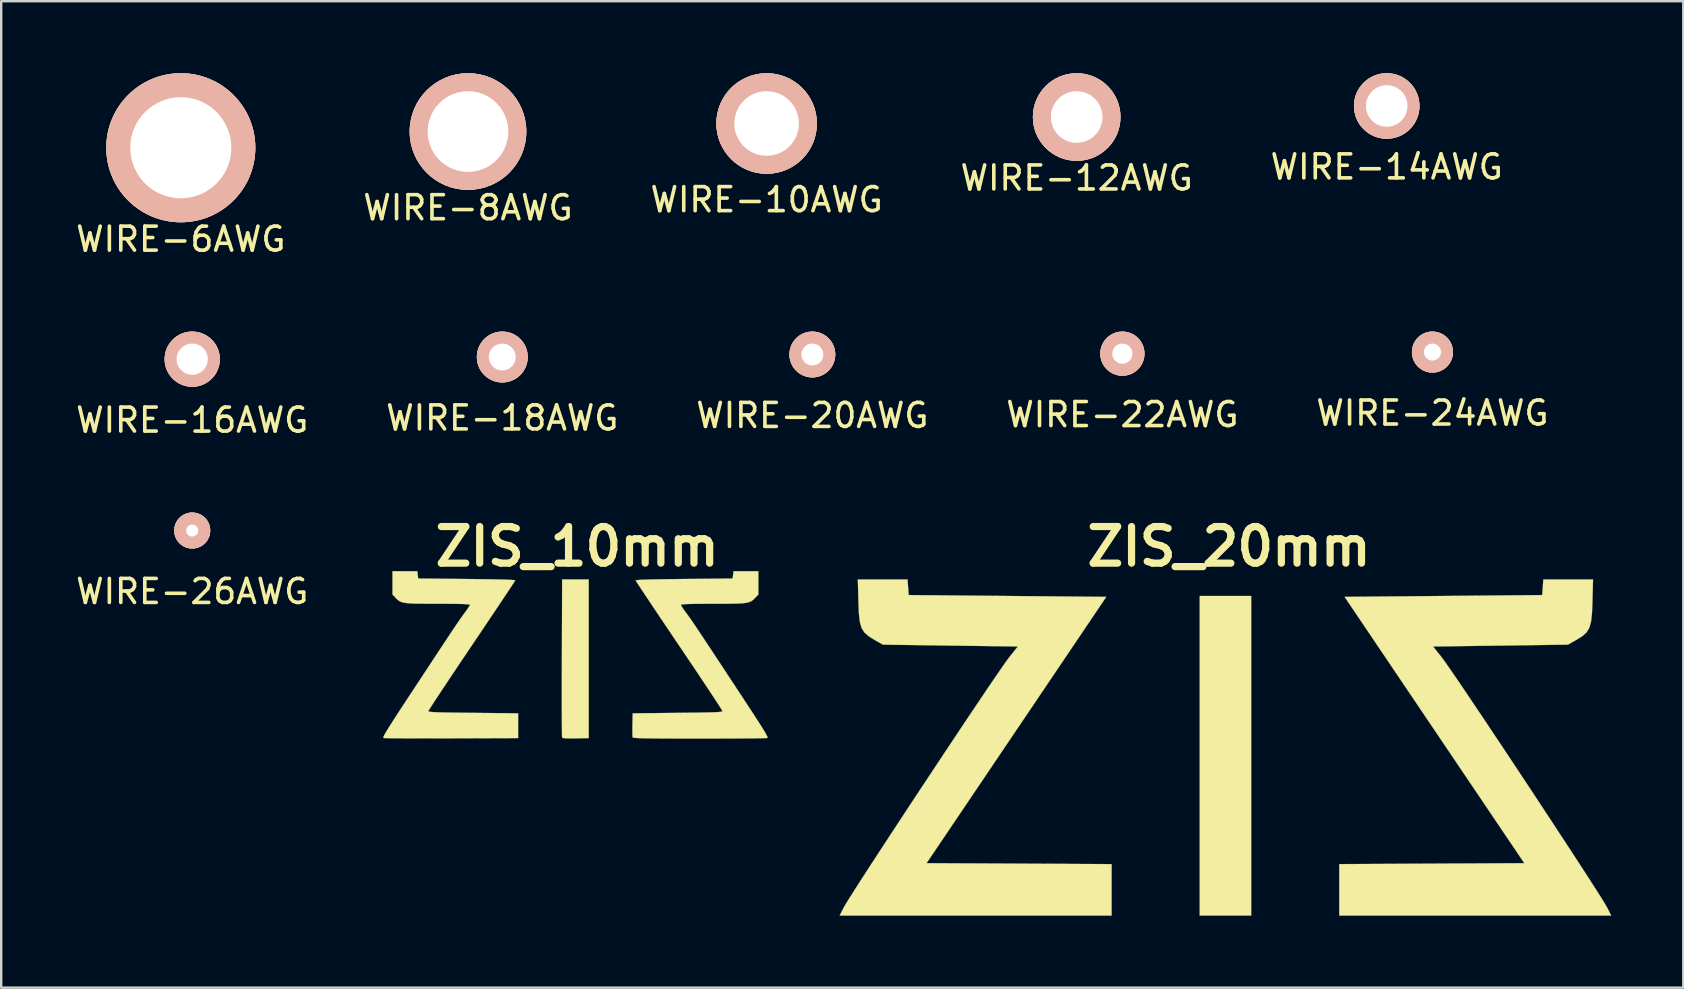
<source format=kicad_pcb>
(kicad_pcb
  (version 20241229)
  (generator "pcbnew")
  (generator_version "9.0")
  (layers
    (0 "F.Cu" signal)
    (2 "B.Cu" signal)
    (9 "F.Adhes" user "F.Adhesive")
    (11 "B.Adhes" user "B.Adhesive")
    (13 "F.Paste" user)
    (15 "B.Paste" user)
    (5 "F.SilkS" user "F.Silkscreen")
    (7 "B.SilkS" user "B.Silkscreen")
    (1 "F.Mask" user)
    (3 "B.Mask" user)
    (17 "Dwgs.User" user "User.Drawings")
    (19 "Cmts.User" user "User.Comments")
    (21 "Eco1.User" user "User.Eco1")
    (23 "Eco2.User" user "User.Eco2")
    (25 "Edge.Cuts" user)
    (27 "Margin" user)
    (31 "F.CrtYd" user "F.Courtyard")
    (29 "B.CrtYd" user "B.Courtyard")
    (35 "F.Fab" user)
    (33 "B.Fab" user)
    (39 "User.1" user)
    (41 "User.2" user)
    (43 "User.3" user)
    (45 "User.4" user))
  (footprint "WIRE-24AWG"
    (layer "F.Cu")
    (at 56.625 11.618)
    (property "Reference" "WIRE-24AWG" (at 0 2.54 0) (layer "F.SilkS") (effects (font (size 1 1) (thickness 0.15))))
    (attr through_hole)
    (pad "1" thru_hole circle (at 0 0) (size 1.71 1.71) (drill 0.71) (layers "*.Cu" "*.SilkS" "*.Mask")))
  (footprint "WIRE-6AWG"
    (layer "F.Cu")
    (at 4.482 3.105)
    (property "Reference" "WIRE-6AWG" (at 0 3.81 0) (layer "F.SilkS") (effects (font (size 1 1) (thickness 0.15))))
    (attr through_hole)
    (pad "1" thru_hole circle (at 0 0) (size 6.21 6.21) (drill 4.21) (layers "*.Cu" "*.SilkS" "*.Mask")))
  (footprint "WIRE-8AWG"
    (layer "F.Cu")
    (at 16.446 2.43)
    (property "Reference" "WIRE-8AWG" (at 0 3.175 0) (layer "F.SilkS") (effects (font (size 1 1) (thickness 0.15))))
    (attr through_hole)
    (pad "1" thru_hole circle (at 0 0) (size 4.86 4.86) (drill 3.36) (layers "*.Cu" "*.SilkS" "*.Mask")))
  (footprint "WIRE-10AWG"
    (layer "F.Cu")
    (at 28.887 2.095)
    (property "Reference" "WIRE-10AWG" (at 0 3.175 0) (layer "F.SilkS") (effects (font (size 1 1) (thickness 0.15))))
    (attr through_hole)
    (pad "1" thru_hole circle (at 0 0) (size 4.19 4.19) (drill 2.69) (layers "*.Cu" "*.SilkS" "*.Mask")))
  (footprint "WIRE-14AWG"
    (layer "F.Cu")
    (at 54.72 1.365)
    (property "Reference" "WIRE-14AWG" (at 0 2.54 0) (layer "F.SilkS") (effects (font (size 1 1) (thickness 0.15))))
    (attr through_hole)
    (pad "1" thru_hole circle (at 0 0) (size 2.73 2.73) (drill 1.73) (layers "*.Cu" "*.SilkS" "*.Mask")))
  (footprint "WIRE-16AWG"
    (layer "F.Cu")
    (at 4.958 11.913)
    (property "Reference" "WIRE-16AWG" (at 0 2.54 0) (layer "F.SilkS") (effects (font (size 1 1) (thickness 0.15))))
    (attr through_hole)
    (pad "1" thru_hole circle (at 0 0) (size 2.3 2.3) (drill 1.3) (layers "*.Cu" "*.SilkS" "*.Mask")))
  (footprint "WIRE-20AWG"
    (layer "F.Cu")
    (at 30.792 11.718)
    (property "Reference" "WIRE-20AWG" (at 0 2.54 0) (layer "F.SilkS") (effects (font (size 1 1) (thickness 0.15))))
    (attr through_hole)
    (pad "1" thru_hole circle (at 0 0) (size 1.91 1.91) (drill 0.91) (layers "*.Cu" "*.SilkS" "*.Mask")))
  (footprint "WIRE-12AWG"
    (layer "F.Cu")
    (at 41.804 1.825)
    (property "Reference" "WIRE-12AWG" (at 0 2.54 0) (layer "F.SilkS") (effects (font (size 1 1) (thickness 0.15))))
    (attr through_hole)
    (pad "1" thru_hole circle (at 0 0) (size 3.65 3.65) (drill 2.15) (layers "*.Cu" "*.SilkS" "*.Mask")))
  (footprint "ZIS_10mm"
    (layer "F.Cu")
    (at 20.998 24.165)
    (property "Reference" "ZIS_10mm" (at 0 -4.445 0) (layer "F.SilkS") (effects (font (size 1.524 1.524) (thickness 0.3))))
    (attr through_hole)
    (fp_poly (pts (xy 0.477 3.533) (xy -0.068 3.544) (xy -0.296 3.546) (xy -0.458 3.544) (xy -0.561 3.535) (xy -0.617 3.52) (xy -0.631 3.505) (xy -0.634 3.461) (xy -0.636 3.345) (xy -0.638 3.165) (xy -0.64 2.925) (xy -0.641 2.631) (xy -0.642 2.288) (xy -0.642 1.904) (xy -0.642 1.482) (xy -0.642 1.029) (xy -0.641 0.551) (xy -0.64 0.191) (xy -0.63 -3.075) (xy 0.477 -3.075) (xy 0.477 3.533)) (stroke (width 0.01) (type solid)) (fill yes) (layer "F.SilkS"))
    (fp_poly (pts (xy -6.627 -3.113) (xy -4.603 -3.094) (xy -4.095 -3.088) (xy -3.659 -3.082) (xy -3.296 -3.075) (xy -3.008 -3.067) (xy -2.793 -3.059) (xy -2.653 -3.05) (xy -2.589 -3.04) (xy -2.585 -3.036) (xy -2.607 -2.999) (xy -2.668 -2.904) (xy -2.766 -2.754) (xy -2.898 -2.556) (xy -3.059 -2.313) (xy -3.248 -2.03) (xy -3.461 -1.712) (xy -3.695 -1.364) (xy -3.946 -0.99) (xy -4.212 -0.595) (xy -4.395 -0.324) (xy -4.669 0.083) (xy -4.931 0.472) (xy -5.176 0.839) (xy -5.403 1.179) (xy -5.608 1.487) (xy -5.788 1.759) (xy -5.94 1.989) (xy -6.06 2.174) (xy -6.145 2.308) (xy -6.193 2.387) (xy -6.203 2.406) (xy -6.196 2.42) (xy -6.17 2.431) (xy -6.119 2.44) (xy -6.036 2.449) (xy -5.916 2.456) (xy -5.752 2.462) (xy -5.539 2.467) (xy -5.27 2.471) (xy -4.94 2.476) (xy -4.542 2.481) (xy -4.335 2.483) (xy -2.464 2.502) (xy -2.464 3.533) (xy -5.255 3.543) (xy -5.71 3.544) (xy -6.142 3.545) (xy -6.546 3.545) (xy -6.916 3.544) (xy -7.245 3.543) (xy -7.527 3.541) (xy -7.757 3.538) (xy -7.928 3.535) (xy -8.035 3.532) (xy -8.07 3.529) (xy -8.076 3.514) (xy -8.073 3.488) (xy -8.057 3.447) (xy -8.026 3.385) (xy -7.977 3.298) (xy -7.907 3.183) (xy -7.814 3.034) (xy -7.695 2.847) (xy -7.547 2.618) (xy -7.368 2.342) (xy -7.154 2.016) (xy -6.903 1.634) (xy -6.651 1.252) (xy -6.341 0.781) (xy -6.07 0.369) (xy -5.835 0.012) (xy -5.632 -0.296) (xy -5.458 -0.558) (xy -5.311 -0.78) (xy -5.187 -0.966) (xy -5.083 -1.121) (xy -4.996 -1.25) (xy -4.923 -1.356) (xy -4.861 -1.446) (xy -4.806 -1.524) (xy -4.755 -1.593) (xy -4.706 -1.66) (xy -4.673 -1.705) (xy -4.582 -1.831) (xy -4.511 -1.937) (xy -4.473 -2.006) (xy -4.469 -2.02) (xy -4.494 -2.032) (xy -4.573 -2.042) (xy -4.71 -2.05) (xy -4.908 -2.056) (xy -5.171 -2.06) (xy -5.503 -2.063) (xy -5.815 -2.063) (xy -6.196 -2.064) (xy -6.509 -2.066) (xy -6.762 -2.07) (xy -6.962 -2.079) (xy -7.119 -2.092) (xy -7.241 -2.112) (xy -7.335 -2.139) (xy -7.409 -2.175) (xy -7.473 -2.22) (xy -7.534 -2.277) (xy -7.582 -2.328) (xy -7.696 -2.449) (xy -7.696 -3.418) (xy -6.665 -3.418) (xy -6.627 -3.113)) (stroke (width 0.01) (type solid)) (fill yes) (layer "F.SilkS"))
    (fp_poly (pts (xy 7.544 -2.449) (xy 7.429 -2.328) (xy 7.365 -2.262) (xy 7.305 -2.208) (xy 7.239 -2.165) (xy 7.16 -2.131) (xy 7.06 -2.106) (xy 6.93 -2.088) (xy 6.762 -2.076) (xy 6.549 -2.069) (xy 6.282 -2.065) (xy 5.952 -2.064) (xy 5.662 -2.063) (xy 5.273 -2.062) (xy 4.956 -2.06) (xy 4.707 -2.055) (xy 4.522 -2.049) (xy 4.399 -2.04) (xy 4.332 -2.03) (xy 4.316 -2.02) (xy 4.338 -1.972) (xy 4.396 -1.88) (xy 4.479 -1.76) (xy 4.52 -1.705) (xy 4.57 -1.637) (xy 4.619 -1.57) (xy 4.671 -1.498) (xy 4.728 -1.417) (xy 4.794 -1.322) (xy 4.871 -1.208) (xy 4.964 -1.071) (xy 5.074 -0.906) (xy 5.206 -0.708) (xy 5.362 -0.473) (xy 5.545 -0.196) (xy 5.758 0.128) (xy 6.006 0.503) (xy 6.29 0.935) (xy 6.499 1.252) (xy 6.784 1.686) (xy 7.03 2.06) (xy 7.24 2.38) (xy 7.415 2.65) (xy 7.56 2.873) (xy 7.675 3.055) (xy 7.765 3.2) (xy 7.832 3.311) (xy 7.878 3.394) (xy 7.907 3.453) (xy 7.921 3.493) (xy 7.923 3.517) (xy 7.918 3.528) (xy 7.876 3.532) (xy 7.765 3.536) (xy 7.589 3.539) (xy 7.355 3.543) (xy 7.069 3.545) (xy 6.737 3.548) (xy 6.365 3.55) (xy 5.958 3.551) (xy 5.524 3.552) (xy 5.111 3.552) (xy 4.567 3.552) (xy 4.094 3.551) (xy 3.689 3.55) (xy 3.347 3.548) (xy 3.062 3.545) (xy 2.831 3.542) (xy 2.649 3.537) (xy 2.511 3.532) (xy 2.412 3.525) (xy 2.349 3.518) (xy 2.316 3.509) (xy 2.308 3.502) (xy 2.302 3.447) (xy 2.298 3.331) (xy 2.297 3.172) (xy 2.3 2.987) (xy 2.3 2.977) (xy 2.311 2.502) (xy 4.182 2.483) (xy 4.613 2.478) (xy 4.974 2.474) (xy 5.27 2.469) (xy 5.508 2.464) (xy 5.694 2.458) (xy 5.833 2.452) (xy 5.932 2.444) (xy 5.997 2.436) (xy 6.034 2.425) (xy 6.049 2.413) (xy 6.05 2.406) (xy 6.029 2.367) (xy 5.967 2.268) (xy 5.87 2.116) (xy 5.738 1.915) (xy 5.577 1.67) (xy 5.388 1.385) (xy 5.175 1.066) (xy 4.942 0.716) (xy 4.69 0.341) (xy 4.424 -0.055) (xy 4.242 -0.324) (xy 3.968 -0.73) (xy 3.707 -1.119) (xy 3.461 -1.485) (xy 3.234 -1.823) (xy 3.029 -2.13) (xy 2.849 -2.4) (xy 2.697 -2.628) (xy 2.577 -2.81) (xy 2.49 -2.942) (xy 2.442 -3.018) (xy 2.432 -3.036) (xy 2.468 -3.046) (xy 2.58 -3.056) (xy 2.768 -3.064) (xy 3.029 -3.072) (xy 3.365 -3.08) (xy 3.774 -3.086) (xy 4.256 -3.092) (xy 4.45 -3.094) (xy 6.474 -3.113) (xy 6.512 -3.418) (xy 7.544 -3.418) (xy 7.544 -2.449)) (stroke (width 0.01) (type solid)) (fill yes) (layer "F.SilkS")))
  (footprint "WIRE-22AWG"
    (layer "F.Cu")
    (at 43.708 11.683)
    (property "Reference" "WIRE-22AWG" (at 0 2.54 0) (layer "F.SilkS") (effects (font (size 1 1) (thickness 0.15))))
    (attr through_hole)
    (pad "1" thru_hole circle (at 0 0) (size 1.84 1.84) (drill 0.84) (layers "*.Cu" "*.SilkS" "*.Mask")))
  (footprint "ZIS_20mm"
    (layer "F.Cu")
    (at 48.154 27.975)
    (property "Reference" "ZIS_20mm" (at 0 -8.255 0) (layer "F.SilkS") (effects (font (size 1.524 1.524) (thickness 0.3))))
    (attr through_hole)
    (fp_poly (pts (xy 0.918 7.115) (xy -1.224 7.115) (xy -1.224 -6.197) (xy 0.918 -6.197) (xy 0.918 7.115)) (stroke (width 0.01) (type solid)) (fill yes) (layer "F.SilkS"))
    (fp_poly (pts (xy -13.35 -6.235) (xy -9.235 -6.197) (xy -5.119 -6.159) (xy -8.862 -0.612) (xy -12.605 4.935) (xy -8.751 4.954) (xy -4.896 4.974) (xy -4.896 7.115) (xy -16.222 7.115) (xy -16.058 6.79) (xy -15.973 6.643) (xy -15.812 6.383) (xy -15.582 6.02) (xy -15.291 5.567) (xy -14.949 5.038) (xy -14.562 4.444) (xy -14.14 3.799) (xy -13.69 3.114) (xy -13.222 2.402) (xy -12.742 1.676) (xy -12.26 0.948) (xy -11.784 0.23) (xy -11.322 -0.463) (xy -10.883 -1.122) (xy -10.474 -1.731) (xy -10.104 -2.281) (xy -9.781 -2.756) (xy -9.514 -3.146) (xy -9.31 -3.437) (xy -9.178 -3.618) (xy -9.163 -3.638) (xy -8.801 -4.093) (xy -11.611 -4.131) (xy -14.421 -4.17) (xy -14.759 -4.361) (xy -15.009 -4.516) (xy -15.187 -4.671) (xy -15.307 -4.857) (xy -15.38 -5.104) (xy -15.42 -5.442) (xy -15.44 -5.9) (xy -15.441 -5.935) (xy -15.467 -6.886) (xy -13.397 -6.886) (xy -13.35 -6.235)) (stroke (width 0.01) (type solid)) (fill yes) (layer "F.SilkS"))
    (fp_poly (pts (xy 15.135 -5.935) (xy 15.116 -5.467) (xy 15.077 -5.123) (xy 15.006 -4.871) (xy 14.891 -4.682) (xy 14.717 -4.525) (xy 14.471 -4.371) (xy 14.453 -4.361) (xy 14.115 -4.17) (xy 11.305 -4.131) (xy 8.495 -4.093) (xy 8.857 -3.638) (xy 8.975 -3.478) (xy 9.166 -3.206) (xy 9.422 -2.833) (xy 9.736 -2.372) (xy 10.098 -1.835) (xy 10.501 -1.235) (xy 10.935 -0.585) (xy 11.394 0.103) (xy 11.868 0.817) (xy 12.349 1.544) (xy 12.83 2.272) (xy 13.301 2.987) (xy 13.754 3.678) (xy 14.182 4.331) (xy 14.576 4.935) (xy 14.927 5.477) (xy 15.228 5.944) (xy 15.469 6.324) (xy 15.644 6.605) (xy 15.742 6.773) (xy 15.752 6.79) (xy 15.916 7.115) (xy 4.59 7.115) (xy 4.59 4.974) (xy 8.445 4.954) (xy 12.299 4.935) (xy 8.556 -0.612) (xy 4.813 -6.159) (xy 13.044 -6.235) (xy 13.068 -6.56) (xy 13.091 -6.886) (xy 15.161 -6.886) (xy 15.135 -5.935)) (stroke (width 0.01) (type solid)) (fill yes) (layer "F.SilkS")))
  (footprint "WIRE-18AWG"
    (layer "F.Cu")
    (at 17.875 11.823)
    (property "Reference" "WIRE-18AWG" (at 0 2.54 0) (layer "F.SilkS") (effects (font (size 1 1) (thickness 0.15))))
    (attr through_hole)
    (pad "1" thru_hole circle (at 0 0) (size 2.12 2.12) (drill 1.12) (layers "*.Cu" "*.SilkS" "*.Mask")))
  (footprint "WIRE-26AWG"
    (layer "F.Cu")
    (at 4.958 19.052)
    (property "Reference" "WIRE-26AWG" (at 0 2.54 0) (layer "F.SilkS") (effects (font (size 1 1) (thickness 0.15))))
    (attr through_hole)
    (pad "1" thru_hole circle (at 0 0) (size 1.5 1.5) (drill 0.5) (layers "*.Cu" "*.SilkS" "*.Mask")))
  (gr_rect
    (start -3 -3)
    (end 67.075 38.095)
    (stroke (width 0.1) (type default))
    (fill no)
    (layer "Edge.Cuts")))
</source>
